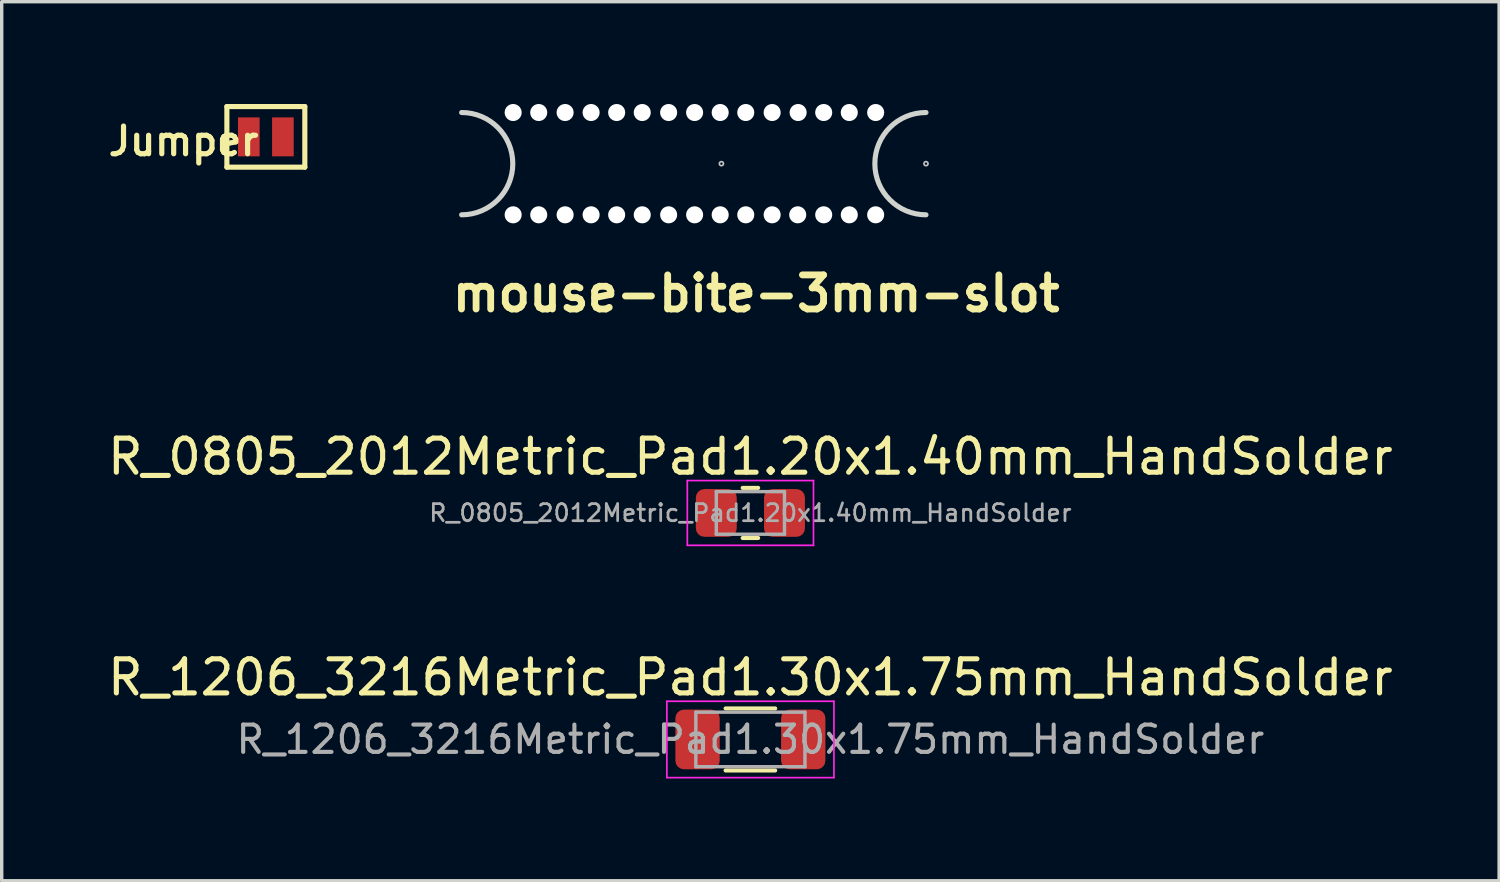
<source format=kicad_pcb>
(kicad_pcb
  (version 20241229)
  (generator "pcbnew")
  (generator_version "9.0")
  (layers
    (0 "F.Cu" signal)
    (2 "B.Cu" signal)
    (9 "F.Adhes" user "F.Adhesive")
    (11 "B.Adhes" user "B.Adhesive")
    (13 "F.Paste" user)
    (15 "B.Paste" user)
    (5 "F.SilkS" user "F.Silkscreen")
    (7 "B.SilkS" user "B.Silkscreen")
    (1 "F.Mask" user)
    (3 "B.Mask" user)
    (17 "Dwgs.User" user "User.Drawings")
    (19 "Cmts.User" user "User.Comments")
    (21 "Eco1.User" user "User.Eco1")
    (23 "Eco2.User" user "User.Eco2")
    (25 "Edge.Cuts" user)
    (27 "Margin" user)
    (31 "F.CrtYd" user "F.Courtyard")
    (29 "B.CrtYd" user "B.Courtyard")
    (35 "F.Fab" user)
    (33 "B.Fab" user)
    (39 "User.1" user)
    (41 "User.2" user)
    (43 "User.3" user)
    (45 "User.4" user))
  (footprint "mouse-bite-3mm-slot"
    (layer "F.Cu")
    (at 21.108 1.75)
    (property "Reference" "mouse-bite-3mm-slot" (at -1.981 3.81 0) (layer "F.SilkS") (effects (font (size 1 1) (thickness 0.2))))
    (attr through_hole)
    (fp_circle (center -3 0) (end -3 -0.06) (stroke (width 0.05) (type solid)) (fill no) (layer "Dwgs.User"))
    (fp_circle (center 3 0) (end 3.06 0) (stroke (width 0.05) (type solid)) (fill no) (layer "Dwgs.User"))
    (fp_line (start -10.643 0) (end -10.643 0) (stroke (width 3) (type solid)) (layer "Eco1.User"))
    (fp_line (start 3 0) (end 3 0) (stroke (width 3) (type solid)) (layer "Eco1.User"))
    (fp_arc (start -10.6186 -1.5) (mid -9.1186 0) (end -10.6186 1.5) (stroke (width 0.15) (type solid)) (layer "Edge.Cuts"))
    (fp_arc (start 3 1.5) (mid 1.5 0) (end 3 -1.5) (stroke (width 0.15) (type solid)) (layer "Edge.Cuts"))
    (pad "" np_thru_hole circle (at -9.108 -1.5) (size 0.5 0.5) (drill 0.5) (layers "*.Cu" "*.Mask"))
    (pad "" np_thru_hole circle (at -9.108 1.5) (size 0.5 0.5) (drill 0.5) (layers "*.Cu" "*.Mask"))
    (pad "" np_thru_hole circle (at -8.358 -1.5) (size 0.5 0.5) (drill 0.5) (layers "*.Cu" "*.Mask"))
    (pad "" np_thru_hole circle (at -8.358 1.5) (size 0.5 0.5) (drill 0.5) (layers "*.Cu" "*.Mask"))
    (pad "" np_thru_hole circle (at -7.584 -1.5) (size 0.5 0.5) (drill 0.5) (layers "*.Cu" "*.Mask"))
    (pad "" np_thru_hole circle (at -7.584 1.5) (size 0.5 0.5) (drill 0.5) (layers "*.Cu" "*.Mask"))
    (pad "" np_thru_hole circle (at -6.822 -1.5) (size 0.5 0.5) (drill 0.5) (layers "*.Cu" "*.Mask"))
    (pad "" np_thru_hole circle (at -6.822 1.5) (size 0.5 0.5) (drill 0.5) (layers "*.Cu" "*.Mask"))
    (pad "" np_thru_hole circle (at -6.072 -1.5) (size 0.5 0.5) (drill 0.5) (layers "*.Cu" "*.Mask"))
    (pad "" np_thru_hole circle (at -6.072 1.5) (size 0.5 0.5) (drill 0.5) (layers "*.Cu" "*.Mask"))
    (pad "" np_thru_hole circle (at -5.322 -1.5) (size 0.5 0.5) (drill 0.5) (layers "*.Cu" "*.Mask"))
    (pad "" np_thru_hole circle (at -5.322 1.5) (size 0.5 0.5) (drill 0.5) (layers "*.Cu" "*.Mask"))
    (pad "" np_thru_hole circle (at -4.548 -1.5) (size 0.5 0.5) (drill 0.5) (layers "*.Cu" "*.Mask"))
    (pad "" np_thru_hole circle (at -4.548 1.5) (size 0.5 0.5) (drill 0.5) (layers "*.Cu" "*.Mask"))
    (pad "" np_thru_hole circle (at -3.786 -1.5) (size 0.5 0.5) (drill 0.5) (layers "*.Cu" "*.Mask"))
    (pad "" np_thru_hole circle (at -3.786 1.5) (size 0.5 0.5) (drill 0.5) (layers "*.Cu" "*.Mask"))
    (pad "" np_thru_hole circle (at -3.036 -1.5) (size 0.5 0.5) (drill 0.5) (layers "*.Cu" "*.Mask"))
    (pad "" np_thru_hole circle (at -3.036 1.5) (size 0.5 0.5) (drill 0.5) (layers "*.Cu" "*.Mask"))
    (pad "" np_thru_hole circle (at -2.286 -1.5) (size 0.5 0.5) (drill 0.5) (layers "*.Cu" "*.Mask"))
    (pad "" np_thru_hole circle (at -2.286 1.5) (size 0.5 0.5) (drill 0.5) (layers "*.Cu" "*.Mask"))
    (pad "" np_thru_hole circle (at -1.512 -1.5) (size 0.5 0.5) (drill 0.5) (layers "*.Cu" "*.Mask"))
    (pad "" np_thru_hole circle (at -1.512 1.5) (size 0.5 0.5) (drill 0.5) (layers "*.Cu" "*.Mask"))
    (pad "" np_thru_hole circle (at -0.762 1.5) (size 0.5 0.5) (drill 0.5) (layers "*.Cu" "*.Mask"))
    (pad "" np_thru_hole circle (at -0.75 -1.5) (size 0.5 0.5) (drill 0.5) (layers "*.Cu" "*.Mask"))
    (pad "" np_thru_hole circle (at 0 -1.5) (size 0.5 0.5) (drill 0.5) (layers "*.Cu" "*.Mask"))
    (pad "" np_thru_hole circle (at 0 1.5) (size 0.5 0.5) (drill 0.5) (layers "*.Cu" "*.Mask"))
    (pad "" np_thru_hole circle (at 0.75 -1.5) (size 0.5 0.5) (drill 0.5) (layers "*.Cu" "*.Mask"))
    (pad "" np_thru_hole circle (at 0.75 1.5) (size 0.5 0.5) (drill 0.5) (layers "*.Cu" "*.Mask"))
    (pad "" np_thru_hole circle (at 1.524 -1.5) (size 0.5 0.5) (drill 0.5) (layers "*.Cu" "*.Mask"))
    (pad "" np_thru_hole circle (at 1.524 1.5) (size 0.5 0.5) (drill 0.5) (layers "*.Cu" "*.Mask")))
  (footprint "R_0805_2012Metric_Pad1.20x1.40mm_HandSolder"
    (layer "F.Cu")
    (at 18.958 11.994)
    (property "Reference" "R_0805_2012Metric_Pad1.20x1.40mm_HandSolder" (at 0 -1.65 0) (layer "F.SilkS") (effects (font (size 1 1) (thickness 0.15))))
    (attr smd)
    (fp_line (start -0.227 -0.735) (end 0.227 -0.735) (stroke (width 0.12) (type solid)) (layer "F.SilkS"))
    (fp_line (start -0.227 0.735) (end 0.227 0.735) (stroke (width 0.12) (type solid)) (layer "F.SilkS"))
    (fp_line (start -1.85 -0.95) (end 1.85 -0.95) (stroke (width 0.05) (type solid)) (layer "F.CrtYd"))
    (fp_line (start -1.85 0.95) (end -1.85 -0.95) (stroke (width 0.05) (type solid)) (layer "F.CrtYd"))
    (fp_line (start 1.85 -0.95) (end 1.85 0.95) (stroke (width 0.05) (type solid)) (layer "F.CrtYd"))
    (fp_line (start 1.85 0.95) (end -1.85 0.95) (stroke (width 0.05) (type solid)) (layer "F.CrtYd"))
    (fp_line (start -1 -0.625) (end 1 -0.625) (stroke (width 0.1) (type solid)) (layer "F.Fab"))
    (fp_line (start -1 0.625) (end -1 -0.625) (stroke (width 0.1) (type solid)) (layer "F.Fab"))
    (fp_line (start 1 -0.625) (end 1 0.625) (stroke (width 0.1) (type solid)) (layer "F.Fab"))
    (fp_line (start 1 0.625) (end -1 0.625) (stroke (width 0.1) (type solid)) (layer "F.Fab"))
    (fp_text user "${REFERENCE}" (at 0 0 0) (layer "F.Fab") (effects (font (size 0.5 0.5) (thickness 0.08))))
    (pad "1" smd roundrect (at -1 0) (size 1.2 1.4) (layers "F.Cu" "F.Mask" "F.Paste") (roundrect_rratio 0.208))
    (pad "2" smd roundrect (at 1 0) (size 1.2 1.4) (layers "F.Cu" "F.Mask" "F.Paste") (roundrect_rratio 0.208)))
  (footprint "Jumper"
    (layer "F.Cu")
    (at 4.747 0.964)
    (property "Reference" "Jumper" (at -2.413 0.127 0) (layer "F.SilkS") (effects (font (size 0.813 0.813) (thickness 0.152))))
    (attr smd)
    (fp_line (start -1.143 -0.889) (end 1.143 -0.889) (stroke (width 0.15) (type solid)) (layer "F.SilkS"))
    (fp_line (start -1.143 0.889) (end -1.143 -0.889) (stroke (width 0.15) (type solid)) (layer "F.SilkS"))
    (fp_line (start 1.143 -0.889) (end 1.143 0.889) (stroke (width 0.15) (type solid)) (layer "F.SilkS"))
    (fp_line (start 1.143 0.889) (end -1.143 0.889) (stroke (width 0.15) (type solid)) (layer "F.SilkS"))
    (pad "1" smd rect (at -0.5 0) (size 0.635 1.143) (layers "F.Cu" "F.Mask"))
    (pad "2" smd rect (at 0.5 0) (size 0.635 1.143) (layers "F.Cu" "F.Mask")))
  (footprint "R_1206_3216Metric_Pad1.30x1.75mm_HandSolder"
    (layer "F.Cu")
    (at 18.958 18.637)
    (property "Reference" "R_1206_3216Metric_Pad1.30x1.75mm_HandSolder" (at 0 -1.82 0) (layer "F.SilkS") (effects (font (size 1 1) (thickness 0.15))))
    (attr smd)
    (fp_line (start -0.727 -0.91) (end 0.727 -0.91) (stroke (width 0.12) (type solid)) (layer "F.SilkS"))
    (fp_line (start -0.727 0.91) (end 0.727 0.91) (stroke (width 0.12) (type solid)) (layer "F.SilkS"))
    (fp_line (start -2.45 -1.12) (end 2.45 -1.12) (stroke (width 0.05) (type solid)) (layer "F.CrtYd"))
    (fp_line (start -2.45 1.12) (end -2.45 -1.12) (stroke (width 0.05) (type solid)) (layer "F.CrtYd"))
    (fp_line (start 2.45 -1.12) (end 2.45 1.12) (stroke (width 0.05) (type solid)) (layer "F.CrtYd"))
    (fp_line (start 2.45 1.12) (end -2.45 1.12) (stroke (width 0.05) (type solid)) (layer "F.CrtYd"))
    (fp_line (start -1.6 -0.8) (end 1.6 -0.8) (stroke (width 0.1) (type solid)) (layer "F.Fab"))
    (fp_line (start -1.6 0.8) (end -1.6 -0.8) (stroke (width 0.1) (type solid)) (layer "F.Fab"))
    (fp_line (start 1.6 -0.8) (end 1.6 0.8) (stroke (width 0.1) (type solid)) (layer "F.Fab"))
    (fp_line (start 1.6 0.8) (end -1.6 0.8) (stroke (width 0.1) (type solid)) (layer "F.Fab"))
    (fp_text user "${REFERENCE}" (at 0 0 0) (layer "F.Fab") (effects (font (size 0.8 0.8) (thickness 0.12))))
    (pad "1" smd roundrect (at -1.55 0) (size 1.3 1.75) (layers "F.Cu" "F.Mask" "F.Paste") (roundrect_rratio 0.192))
    (pad "2" smd roundrect (at 1.55 0) (size 1.3 1.75) (layers "F.Cu" "F.Mask" "F.Paste") (roundrect_rratio 0.192)))
  (gr_rect
    (start -3 -3)
    (end 40.917 22.782)
    (stroke (width 0.1) (type default))
    (fill no)
    (layer "Edge.Cuts")))
</source>
